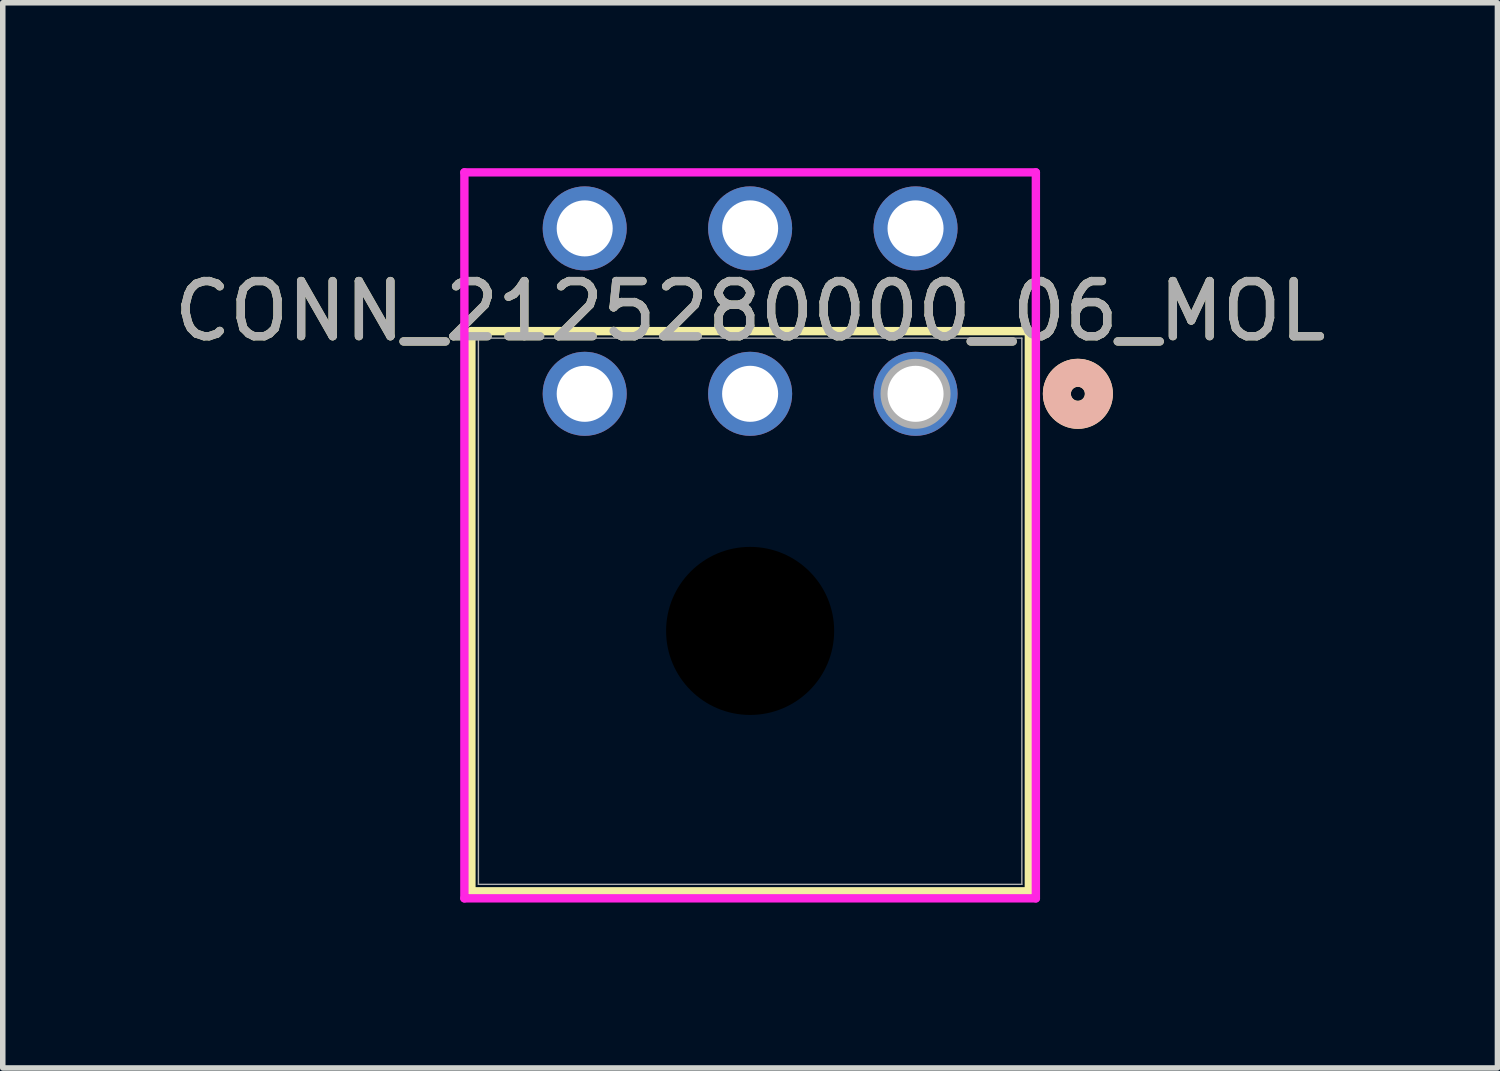
<source format=kicad_pcb>
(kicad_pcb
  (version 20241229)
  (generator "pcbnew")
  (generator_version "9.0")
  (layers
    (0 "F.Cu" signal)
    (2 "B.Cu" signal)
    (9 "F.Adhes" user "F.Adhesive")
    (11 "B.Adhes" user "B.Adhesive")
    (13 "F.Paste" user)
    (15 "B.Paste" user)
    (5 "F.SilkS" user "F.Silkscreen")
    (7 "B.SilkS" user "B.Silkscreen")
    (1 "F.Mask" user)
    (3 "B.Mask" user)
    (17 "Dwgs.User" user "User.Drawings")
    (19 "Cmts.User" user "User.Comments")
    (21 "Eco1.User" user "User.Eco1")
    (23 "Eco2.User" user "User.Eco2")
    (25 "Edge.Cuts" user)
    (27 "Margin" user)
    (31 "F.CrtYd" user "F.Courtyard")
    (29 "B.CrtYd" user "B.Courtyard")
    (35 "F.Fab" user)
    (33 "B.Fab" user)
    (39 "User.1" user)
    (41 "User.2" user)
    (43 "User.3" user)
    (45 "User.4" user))
  (footprint "CONN_2125280000_06_MOL"
    (layer "F.Cu")
    (at 13.554 4.092)
    (property "Reference" "CONN_2125280000_06_MOL" (at -3 -1.5 0) (unlocked yes) (layer "F.SilkS") (effects (font (size 1 1) (thickness 0.15))))
    (attr through_hole)
    (fp_line (start -8.055 -1.137) (end -8.055 9.023) (stroke (width 0.152) (type solid)) (layer "F.SilkS"))
    (fp_line (start -8.055 9.023) (end 2.055 9.023) (stroke (width 0.152) (type solid)) (layer "F.SilkS"))
    (fp_line (start 2.055 -1.137) (end -8.055 -1.137) (stroke (width 0.152) (type solid)) (layer "F.SilkS"))
    (fp_line (start 2.055 9.023) (end 2.055 -1.137) (stroke (width 0.152) (type solid)) (layer "F.SilkS"))
    (fp_circle (center 2.944 0) (end 3.325 0) (stroke (width 0.508) (type solid)) (fill no) (layer "F.SilkS"))
    (fp_circle (center 2.944 0) (end 3.325 0) (stroke (width 0.508) (type solid)) (fill no) (layer "B.SilkS"))
    (fp_line (start -8.182 -4.016) (end -8.182 9.15) (stroke (width 0.152) (type solid)) (layer "F.CrtYd"))
    (fp_line (start -8.182 9.15) (end 2.182 9.15) (stroke (width 0.152) (type solid)) (layer "F.CrtYd"))
    (fp_line (start 2.182 -4.016) (end -8.182 -4.016) (stroke (width 0.152) (type solid)) (layer "F.CrtYd"))
    (fp_line (start 2.182 9.15) (end 2.182 -4.016) (stroke (width 0.152) (type solid)) (layer "F.CrtYd"))
    (fp_line (start -7.928 -1.01) (end -7.928 8.896) (stroke (width 0.025) (type solid)) (layer "F.Fab"))
    (fp_line (start -7.928 8.896) (end 1.928 8.896) (stroke (width 0.025) (type solid)) (layer "F.Fab"))
    (fp_line (start 1.928 -1.01) (end -7.928 -1.01) (stroke (width 0.025) (type solid)) (layer "F.Fab"))
    (fp_line (start 1.928 8.896) (end 1.928 -1.01) (stroke (width 0.025) (type solid)) (layer "F.Fab"))
    (fp_circle (center 0 0) (end 0.381 0) (stroke (width 0.508) (type solid)) (fill no) (layer "F.Fab"))
    (fp_text user "${REFERENCE}" (at -3 -1.5 0) (unlocked yes) (layer "F.Fab") (effects (font (size 1 1) (thickness 0.15))))
    (pad "" np_thru_hole circle (at -3 4.3) (size 3.048 3.048) (drill 3.048) (layers))
    (pad "1" thru_hole circle (at 0 0) (size 1.524 1.524) (drill 1.016) (layers "*.Cu" "*.Mask"))
    (pad "2" thru_hole circle (at -3 0) (size 1.524 1.524) (drill 1.016) (layers "*.Cu" "*.Mask"))
    (pad "3" thru_hole circle (at -6 0) (size 1.524 1.524) (drill 1.016) (layers "*.Cu" "*.Mask"))
    (pad "4" thru_hole circle (at 0 -3) (size 1.524 1.524) (drill 1.016) (layers "*.Cu" "*.Mask"))
    (pad "5" thru_hole circle (at -3 -3) (size 1.524 1.524) (drill 1.016) (layers "*.Cu" "*.Mask"))
    (pad "6" thru_hole circle (at -6 -3) (size 1.524 1.524) (drill 1.016) (layers "*.Cu" "*.Mask")))
  (gr_rect
    (start -3 -3)
    (end 24.107 16.318)
    (stroke (width 0.1) (type default))
    (fill no)
    (layer "Edge.Cuts")))
</source>
